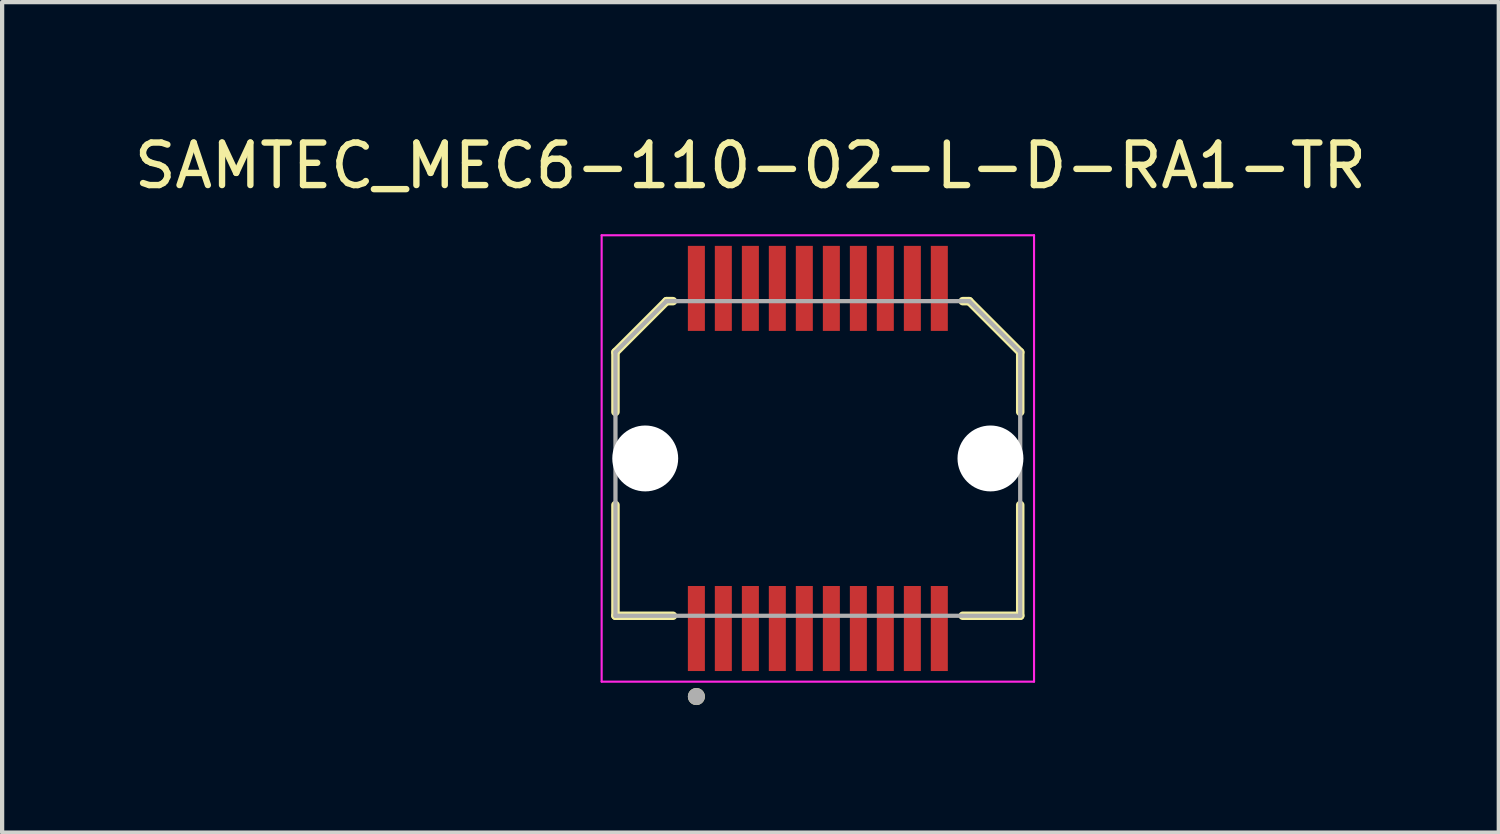
<source format=kicad_pcb>
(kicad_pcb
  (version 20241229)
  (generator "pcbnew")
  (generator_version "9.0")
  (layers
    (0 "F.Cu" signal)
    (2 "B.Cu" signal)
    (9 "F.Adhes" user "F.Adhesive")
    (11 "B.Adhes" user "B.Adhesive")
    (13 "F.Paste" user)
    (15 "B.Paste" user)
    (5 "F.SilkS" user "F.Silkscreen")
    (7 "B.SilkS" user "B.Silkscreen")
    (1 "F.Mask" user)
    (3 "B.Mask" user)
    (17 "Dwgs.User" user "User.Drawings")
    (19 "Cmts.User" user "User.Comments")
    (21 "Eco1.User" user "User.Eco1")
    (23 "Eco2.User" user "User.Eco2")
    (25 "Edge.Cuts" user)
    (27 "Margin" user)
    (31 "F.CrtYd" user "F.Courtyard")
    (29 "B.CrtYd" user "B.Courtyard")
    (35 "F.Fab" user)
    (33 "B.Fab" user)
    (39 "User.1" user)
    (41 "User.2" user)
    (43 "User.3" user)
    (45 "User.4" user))
  (footprint "SAMTEC_MEC6-110-02-L-D-RA1-TR"
    (layer "F.Cu")
    (at 16.186 7.733)
    (property "Reference" "SAMTEC_MEC6-110-02-L-D-RA1-TR" (at -1.585 -6.885 0) (layer "F.SilkS") (effects (font (size 1 1) (thickness 0.15))))
    (attr through_hole)
    (fp_line (start -4.76 -2.5) (end -3.56 -3.7) (stroke (width 0.2) (type solid)) (layer "F.SilkS"))
    (fp_line (start -4.76 -1.095) (end -4.76 -2.5) (stroke (width 0.2) (type solid)) (layer "F.SilkS"))
    (fp_line (start -4.76 3.7) (end -4.76 1.095) (stroke (width 0.2) (type solid)) (layer "F.SilkS"))
    (fp_line (start -3.56 -3.7) (end -3.408 -3.7) (stroke (width 0.2) (type solid)) (layer "F.SilkS"))
    (fp_line (start -3.408 3.7) (end -4.76 3.7) (stroke (width 0.2) (type solid)) (layer "F.SilkS"))
    (fp_line (start 3.408 -3.7) (end 3.56 -3.7) (stroke (width 0.2) (type solid)) (layer "F.SilkS"))
    (fp_line (start 3.56 -3.7) (end 4.76 -2.5) (stroke (width 0.2) (type solid)) (layer "F.SilkS"))
    (fp_line (start 4.76 -2.5) (end 4.76 -1.095) (stroke (width 0.2) (type solid)) (layer "F.SilkS"))
    (fp_line (start 4.76 1.095) (end 4.76 3.7) (stroke (width 0.2) (type solid)) (layer "F.SilkS"))
    (fp_line (start 4.76 3.7) (end 3.408 3.7) (stroke (width 0.2) (type solid)) (layer "F.SilkS"))
    (fp_circle (center -2.857 5.6) (end -2.757 5.6) (stroke (width 0.2) (type solid)) (fill no) (layer "F.SilkS"))
    (fp_line (start -5.085 -5.25) (end 5.085 -5.25) (stroke (width 0.05) (type solid)) (layer "F.CrtYd"))
    (fp_line (start -5.085 5.25) (end -5.085 -5.25) (stroke (width 0.05) (type solid)) (layer "F.CrtYd"))
    (fp_line (start 5.085 -5.25) (end 5.085 5.25) (stroke (width 0.05) (type solid)) (layer "F.CrtYd"))
    (fp_line (start 5.085 5.25) (end -5.085 5.25) (stroke (width 0.05) (type solid)) (layer "F.CrtYd"))
    (fp_line (start -4.76 -2.5) (end -3.56 -3.7) (stroke (width 0.1) (type solid)) (layer "F.Fab"))
    (fp_line (start -4.76 3.7) (end -4.76 -2.5) (stroke (width 0.1) (type solid)) (layer "F.Fab"))
    (fp_line (start -3.56 -3.7) (end 3.56 -3.7) (stroke (width 0.1) (type solid)) (layer "F.Fab"))
    (fp_line (start 3.56 -3.7) (end 4.76 -2.5) (stroke (width 0.1) (type solid)) (layer "F.Fab"))
    (fp_line (start 4.76 -2.5) (end 4.76 3.7) (stroke (width 0.1) (type solid)) (layer "F.Fab"))
    (fp_line (start 4.76 3.7) (end -4.76 3.7) (stroke (width 0.1) (type solid)) (layer "F.Fab"))
    (fp_circle (center -2.857 5.6) (end -2.757 5.6) (stroke (width 0.2) (type solid)) (fill no) (layer "F.Fab"))
    (pad "" np_thru_hole circle (at -4.06 0) (size 1.55 1.55) (drill 1.55) (layers "*.Cu" "*.Mask"))
    (pad "" np_thru_hole circle (at 4.06 0) (size 1.55 1.55) (drill 1.55) (layers "*.Cu" "*.Mask"))
    (pad "01" smd rect (at -2.857 4) (size 0.4 2) (layers "F.Cu" "F.Mask" "F.Paste"))
    (pad "02" smd rect (at -2.857 -4) (size 0.4 2) (layers "F.Cu" "F.Mask" "F.Paste"))
    (pad "03" smd rect (at -2.223 4) (size 0.4 2) (layers "F.Cu" "F.Mask" "F.Paste"))
    (pad "04" smd rect (at -2.223 -4) (size 0.4 2) (layers "F.Cu" "F.Mask" "F.Paste"))
    (pad "05" smd rect (at -1.587 4) (size 0.4 2) (layers "F.Cu" "F.Mask" "F.Paste"))
    (pad "06" smd rect (at -1.587 -4) (size 0.4 2) (layers "F.Cu" "F.Mask" "F.Paste"))
    (pad "07" smd rect (at -0.953 4) (size 0.4 2) (layers "F.Cu" "F.Mask" "F.Paste"))
    (pad "08" smd rect (at -0.953 -4) (size 0.4 2) (layers "F.Cu" "F.Mask" "F.Paste"))
    (pad "09" smd rect (at -0.318 4) (size 0.4 2) (layers "F.Cu" "F.Mask" "F.Paste"))
    (pad "10" smd rect (at -0.318 -4) (size 0.4 2) (layers "F.Cu" "F.Mask" "F.Paste"))
    (pad "11" smd rect (at 0.318 4) (size 0.4 2) (layers "F.Cu" "F.Mask" "F.Paste"))
    (pad "12" smd rect (at 0.318 -4) (size 0.4 2) (layers "F.Cu" "F.Mask" "F.Paste"))
    (pad "13" smd rect (at 0.953 4) (size 0.4 2) (layers "F.Cu" "F.Mask" "F.Paste"))
    (pad "14" smd rect (at 0.953 -4) (size 0.4 2) (layers "F.Cu" "F.Mask" "F.Paste"))
    (pad "15" smd rect (at 1.587 4) (size 0.4 2) (layers "F.Cu" "F.Mask" "F.Paste"))
    (pad "16" smd rect (at 1.587 -4) (size 0.4 2) (layers "F.Cu" "F.Mask" "F.Paste"))
    (pad "17" smd rect (at 2.223 4) (size 0.4 2) (layers "F.Cu" "F.Mask" "F.Paste"))
    (pad "18" smd rect (at 2.223 -4) (size 0.4 2) (layers "F.Cu" "F.Mask" "F.Paste"))
    (pad "19" smd rect (at 2.857 4) (size 0.4 2) (layers "F.Cu" "F.Mask" "F.Paste"))
    (pad "20" smd rect (at 2.857 -4) (size 0.4 2) (layers "F.Cu" "F.Mask" "F.Paste")))
  (gr_rect
    (start -3 -3)
    (end 32.202 16.533)
    (stroke (width 0.1) (type default))
    (fill no)
    (layer "Edge.Cuts")))
</source>
